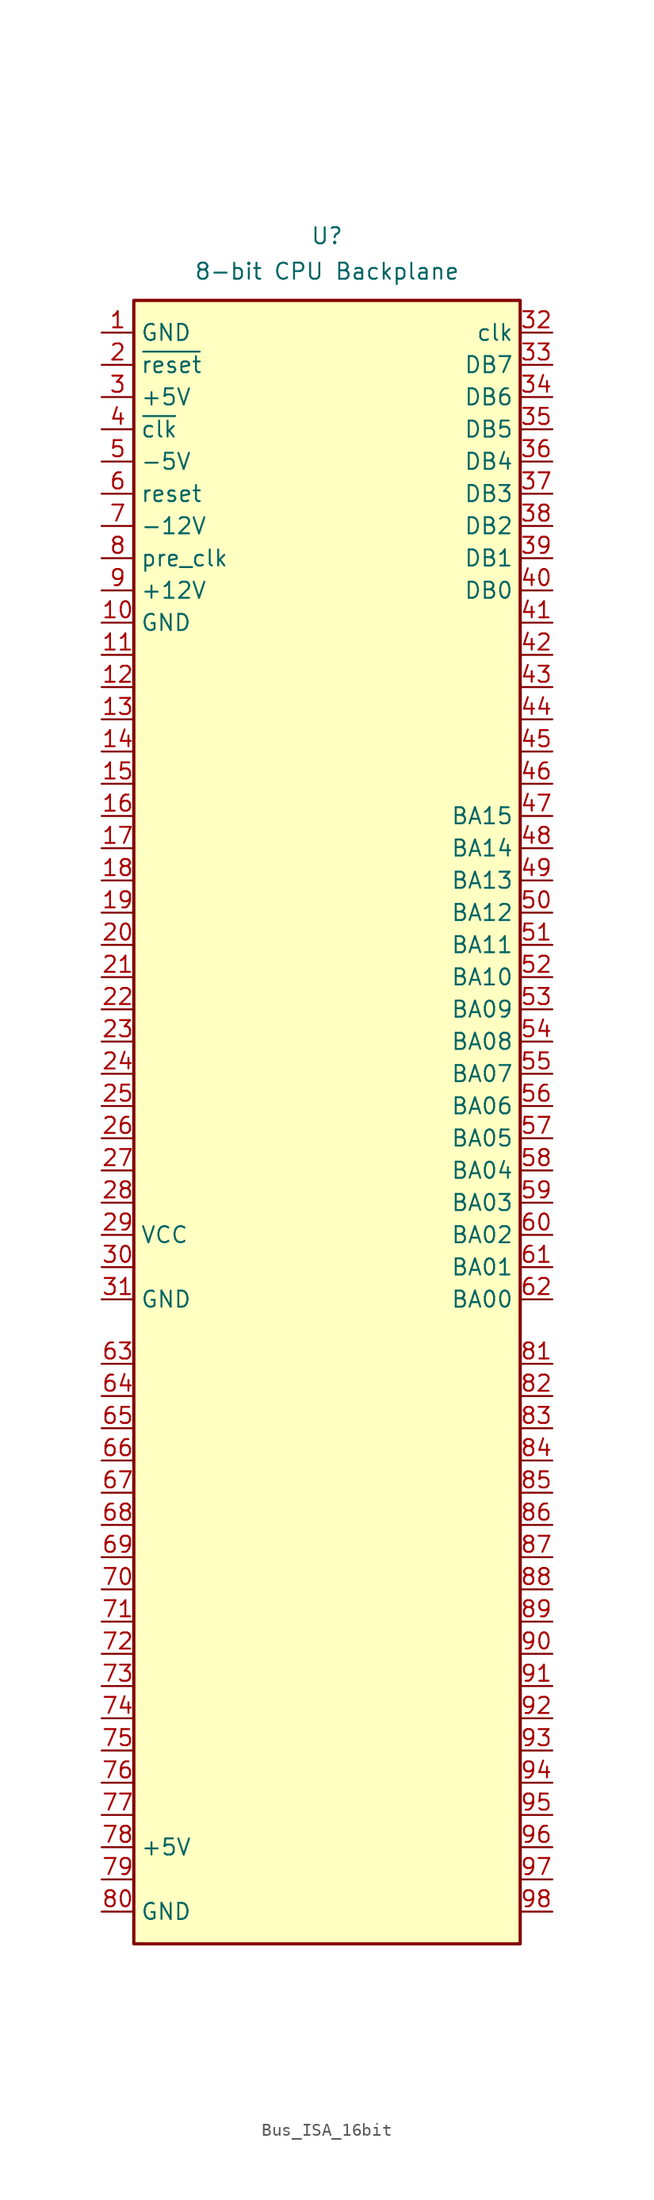
<source format=kicad_sym>
(kicad_symbol_lib
  (version 20241209)
  (generator "kicad_symbol_editor")
  (generator_version "9.0")
  (symbol "Bus_ISA_16bit"
    (property "Reference" "U"
      (at 0 0 0)
      (effects (font (size 1.27 1.27))))
    (property "Value" "8-bit CPU Backplane"
      (at 0 -2.794 0)
      (effects (font (size 1.27 1.27))))
    (symbol "Bus_ISA_16bit_0_1"
      (rectangle (start -15.24 -5.08) (end 15.24 -134.62) (stroke (width 0.254) (type default)) (fill (type background))))
    (symbol "Bus_ISA_16bit_1_1"
      (pin power_in line (at -17.78 -7.62 0) (length 2.54) (name "GND" (effects (font (size 1.27 1.27)))) (number "1" (effects (font (size 1.27 1.27)))))
      (pin passive line (at -17.78 -10.16 0) (length 2.54) (name "~{reset}" (effects (font (size 1.27 1.27)))) (number "2" (effects (font (size 1.27 1.27)))))
      (pin power_in line (at -17.78 -12.7 0) (length 2.54) (name "+5V" (effects (font (size 1.27 1.27)))) (number "3" (effects (font (size 1.27 1.27)))))
      (pin passive line (at -17.78 -15.24 0) (length 2.54) (name "~{clk}" (effects (font (size 1.27 1.27)))) (number "4" (effects (font (size 1.27 1.27)))))
      (pin power_in line (at -17.78 -17.78 0) (length 2.54) (name "-5V" (effects (font (size 1.27 1.27)))) (number "5" (effects (font (size 1.27 1.27)))))
      (pin passive line (at -17.78 -20.32 0) (length 2.54) (name "reset" (effects (font (size 1.27 1.27)))) (number "6" (effects (font (size 1.27 1.27)))))
      (pin power_in line (at -17.78 -22.86 0) (length 2.54) (name "-12V" (effects (font (size 1.27 1.27)))) (number "7" (effects (font (size 1.27 1.27)))))
      (pin passive line (at -17.78 -25.4 0) (length 2.54) (name "pre_clk" (effects (font (size 1.27 1.27)))) (number "8" (effects (font (size 1.27 1.27)))))
      (pin power_in line (at -17.78 -27.94 0) (length 2.54) (name "+12V" (effects (font (size 1.27 1.27)))) (number "9" (effects (font (size 1.27 1.27)))))
      (pin power_in line (at -17.78 -30.48 0) (length 2.54) (name "GND" (effects (font (size 1.27 1.27)))) (number "10" (effects (font (size 1.27 1.27)))))
      (pin passive line (at -17.78 -33.02 0) (length 2.54) (name "" (effects (font (size 1.27 1.27)))) (number "11" (effects (font (size 1.27 1.27)))))
      (pin passive line (at -17.78 -35.56 0) (length 2.54) (name "" (effects (font (size 1.27 1.27)))) (number "12" (effects (font (size 1.27 1.27)))))
      (pin passive line (at -17.78 -38.1 0) (length 2.54) (name "" (effects (font (size 1.27 1.27)))) (number "13" (effects (font (size 1.27 1.27)))))
      (pin passive line (at -17.78 -40.64 0) (length 2.54) (name "" (effects (font (size 1.27 1.27)))) (number "14" (effects (font (size 1.27 1.27)))))
      (pin passive line (at -17.78 -43.18 0) (length 2.54) (name "" (effects (font (size 1.27 1.27)))) (number "15" (effects (font (size 1.27 1.27)))))
      (pin passive line (at -17.78 -45.72 0) (length 2.54) (name "" (effects (font (size 1.27 1.27)))) (number "16" (effects (font (size 1.27 1.27)))))
      (pin passive line (at -17.78 -48.26 0) (length 2.54) (name "" (effects (font (size 1.27 1.27)))) (number "17" (effects (font (size 1.27 1.27)))))
      (pin passive line (at -17.78 -50.8 0) (length 2.54) (name "" (effects (font (size 1.27 1.27)))) (number "18" (effects (font (size 1.27 1.27)))))
      (pin passive line (at -17.78 -53.34 0) (length 2.54) (name "" (effects (font (size 1.27 1.27)))) (number "19" (effects (font (size 1.27 1.27)))))
      (pin passive line (at -17.78 -55.88 0) (length 2.54) (name "" (effects (font (size 1.27 1.27)))) (number "20" (effects (font (size 1.27 1.27)))))
      (pin passive line (at -17.78 -58.42 0) (length 2.54) (name "" (effects (font (size 1.27 1.27)))) (number "21" (effects (font (size 1.27 1.27)))))
      (pin passive line (at -17.78 -60.96 0) (length 2.54) (name "" (effects (font (size 1.27 1.27)))) (number "22" (effects (font (size 1.27 1.27)))))
      (pin passive line (at -17.78 -63.5 0) (length 2.54) (name "" (effects (font (size 1.27 1.27)))) (number "23" (effects (font (size 1.27 1.27)))))
      (pin passive line (at -17.78 -66.04 0) (length 2.54) (name "" (effects (font (size 1.27 1.27)))) (number "24" (effects (font (size 1.27 1.27)))))
      (pin passive line (at -17.78 -68.58 0) (length 2.54) (name "" (effects (font (size 1.27 1.27)))) (number "25" (effects (font (size 1.27 1.27)))))
      (pin passive line (at -17.78 -71.12 0) (length 2.54) (name "" (effects (font (size 1.27 1.27)))) (number "26" (effects (font (size 1.27 1.27)))))
      (pin passive line (at -17.78 -73.66 0) (length 2.54) (name "" (effects (font (size 1.27 1.27)))) (number "27" (effects (font (size 1.27 1.27)))))
      (pin passive line (at -17.78 -76.2 0) (length 2.54) (name "" (effects (font (size 1.27 1.27)))) (number "28" (effects (font (size 1.27 1.27)))))
      (pin power_in line (at -17.78 -78.74 0) (length 2.54) (name "VCC" (effects (font (size 1.27 1.27)))) (number "29" (effects (font (size 1.27 1.27)))))
      (pin passive line (at -17.78 -81.28 0) (length 2.54) (name "" (effects (font (size 1.27 1.27)))) (number "30" (effects (font (size 1.27 1.27)))))
      (pin power_in line (at -17.78 -83.82 0) (length 2.54) (name "GND" (effects (font (size 1.27 1.27)))) (number "31" (effects (font (size 1.27 1.27)))))
      (pin passive line (at -17.78 -88.9 0) (length 2.54) (name "" (effects (font (size 1.27 1.27)))) (number "63" (effects (font (size 1.27 1.27)))))
      (pin passive line (at -17.78 -91.44 0) (length 2.54) (name "" (effects (font (size 1.27 1.27)))) (number "64" (effects (font (size 1.27 1.27)))))
      (pin passive line (at -17.78 -93.98 0) (length 2.54) (name "" (effects (font (size 1.27 1.27)))) (number "65" (effects (font (size 1.27 1.27)))))
      (pin passive line (at -17.78 -96.52 0) (length 2.54) (name "" (effects (font (size 1.27 1.27)))) (number "66" (effects (font (size 1.27 1.27)))))
      (pin passive line (at -17.78 -99.06 0) (length 2.54) (name "" (effects (font (size 1.27 1.27)))) (number "67" (effects (font (size 1.27 1.27)))))
      (pin passive line (at -17.78 -101.6 0) (length 2.54) (name "" (effects (font (size 1.27 1.27)))) (number "68" (effects (font (size 1.27 1.27)))))
      (pin passive line (at -17.78 -104.14 0) (length 2.54) (name "" (effects (font (size 1.27 1.27)))) (number "69" (effects (font (size 1.27 1.27)))))
      (pin passive line (at -17.78 -106.68 0) (length 2.54) (name "" (effects (font (size 1.27 1.27)))) (number "70" (effects (font (size 1.27 1.27)))))
      (pin passive line (at -17.78 -109.22 0) (length 2.54) (name "" (effects (font (size 1.27 1.27)))) (number "71" (effects (font (size 1.27 1.27)))))
      (pin passive line (at -17.78 -111.76 0) (length 2.54) (name "" (effects (font (size 1.27 1.27)))) (number "72" (effects (font (size 1.27 1.27)))))
      (pin passive line (at -17.78 -114.3 0) (length 2.54) (name "" (effects (font (size 1.27 1.27)))) (number "73" (effects (font (size 1.27 1.27)))))
      (pin passive line (at -17.78 -116.84 0) (length 2.54) (name "" (effects (font (size 1.27 1.27)))) (number "74" (effects (font (size 1.27 1.27)))))
      (pin passive line (at -17.78 -119.38 0) (length 2.54) (name "" (effects (font (size 1.27 1.27)))) (number "75" (effects (font (size 1.27 1.27)))))
      (pin passive line (at -17.78 -121.92 0) (length 2.54) (name "" (effects (font (size 1.27 1.27)))) (number "76" (effects (font (size 1.27 1.27)))))
      (pin passive line (at -17.78 -124.46 0) (length 2.54) (name "" (effects (font (size 1.27 1.27)))) (number "77" (effects (font (size 1.27 1.27)))))
      (pin power_in line (at -17.78 -127 0) (length 2.54) (name "+5V" (effects (font (size 1.27 1.27)))) (number "78" (effects (font (size 1.27 1.27)))))
      (pin passive line (at -17.78 -129.54 0) (length 2.54) (name "" (effects (font (size 1.27 1.27)))) (number "79" (effects (font (size 1.27 1.27)))))
      (pin power_in line (at -17.78 -132.08 0) (length 2.54) (name "GND" (effects (font (size 1.27 1.27)))) (number "80" (effects (font (size 1.27 1.27)))))
      (pin passive line (at 17.78 -7.62 180) (length 2.54) (name "clk" (effects (font (size 1.27 1.27)))) (number "32" (effects (font (size 1.27 1.27)))))
      (pin tri_state line (at 17.78 -10.16 180) (length 2.54) (name "DB7" (effects (font (size 1.27 1.27)))) (number "33" (effects (font (size 1.27 1.27)))))
      (pin tri_state line (at 17.78 -12.7 180) (length 2.54) (name "DB6" (effects (font (size 1.27 1.27)))) (number "34" (effects (font (size 1.27 1.27)))))
      (pin tri_state line (at 17.78 -15.24 180) (length 2.54) (name "DB5" (effects (font (size 1.27 1.27)))) (number "35" (effects (font (size 1.27 1.27)))))
      (pin tri_state line (at 17.78 -17.78 180) (length 2.54) (name "DB4" (effects (font (size 1.27 1.27)))) (number "36" (effects (font (size 1.27 1.27)))))
      (pin tri_state line (at 17.78 -20.32 180) (length 2.54) (name "DB3" (effects (font (size 1.27 1.27)))) (number "37" (effects (font (size 1.27 1.27)))))
      (pin tri_state line (at 17.78 -22.86 180) (length 2.54) (name "DB2" (effects (font (size 1.27 1.27)))) (number "38" (effects (font (size 1.27 1.27)))))
      (pin tri_state line (at 17.78 -25.4 180) (length 2.54) (name "DB1" (effects (font (size 1.27 1.27)))) (number "39" (effects (font (size 1.27 1.27)))))
      (pin tri_state line (at 17.78 -27.94 180) (length 2.54) (name "DB0" (effects (font (size 1.27 1.27)))) (number "40" (effects (font (size 1.27 1.27)))))
      (pin passive line (at 17.78 -30.48 180) (length 2.54) (name "" (effects (font (size 1.27 1.27)))) (number "41" (effects (font (size 1.27 1.27)))))
      (pin passive line (at 17.78 -33.02 180) (length 2.54) (name "" (effects (font (size 1.27 1.27)))) (number "42" (effects (font (size 1.27 1.27)))))
      (pin passive line (at 17.78 -35.56 180) (length 2.54) (name "" (effects (font (size 1.27 1.27)))) (number "43" (effects (font (size 1.27 1.27)))))
      (pin passive line (at 17.78 -38.1 180) (length 2.54) (name "" (effects (font (size 1.27 1.27)))) (number "44" (effects (font (size 1.27 1.27)))))
      (pin passive line (at 17.78 -40.64 180) (length 2.54) (name "" (effects (font (size 1.27 1.27)))) (number "45" (effects (font (size 1.27 1.27)))))
      (pin passive line (at 17.78 -43.18 180) (length 2.54) (name "" (effects (font (size 1.27 1.27)))) (number "46" (effects (font (size 1.27 1.27)))))
      (pin tri_state line (at 17.78 -45.72 180) (length 2.54) (name "BA15" (effects (font (size 1.27 1.27)))) (number "47" (effects (font (size 1.27 1.27)))))
      (pin tri_state line (at 17.78 -48.26 180) (length 2.54) (name "BA14" (effects (font (size 1.27 1.27)))) (number "48" (effects (font (size 1.27 1.27)))))
      (pin tri_state line (at 17.78 -50.8 180) (length 2.54) (name "BA13" (effects (font (size 1.27 1.27)))) (number "49" (effects (font (size 1.27 1.27)))))
      (pin tri_state line (at 17.78 -53.34 180) (length 2.54) (name "BA12" (effects (font (size 1.27 1.27)))) (number "50" (effects (font (size 1.27 1.27)))))
      (pin tri_state line (at 17.78 -55.88 180) (length 2.54) (name "BA11" (effects (font (size 1.27 1.27)))) (number "51" (effects (font (size 1.27 1.27)))))
      (pin tri_state line (at 17.78 -58.42 180) (length 2.54) (name "BA10" (effects (font (size 1.27 1.27)))) (number "52" (effects (font (size 1.27 1.27)))))
      (pin tri_state line (at 17.78 -60.96 180) (length 2.54) (name "BA09" (effects (font (size 1.27 1.27)))) (number "53" (effects (font (size 1.27 1.27)))))
      (pin tri_state line (at 17.78 -63.5 180) (length 2.54) (name "BA08" (effects (font (size 1.27 1.27)))) (number "54" (effects (font (size 1.27 1.27)))))
      (pin tri_state line (at 17.78 -66.04 180) (length 2.54) (name "BA07" (effects (font (size 1.27 1.27)))) (number "55" (effects (font (size 1.27 1.27)))))
      (pin tri_state line (at 17.78 -68.58 180) (length 2.54) (name "BA06" (effects (font (size 1.27 1.27)))) (number "56" (effects (font (size 1.27 1.27)))))
      (pin tri_state line (at 17.78 -71.12 180) (length 2.54) (name "BA05" (effects (font (size 1.27 1.27)))) (number "57" (effects (font (size 1.27 1.27)))))
      (pin tri_state line (at 17.78 -73.66 180) (length 2.54) (name "BA04" (effects (font (size 1.27 1.27)))) (number "58" (effects (font (size 1.27 1.27)))))
      (pin tri_state line (at 17.78 -76.2 180) (length 2.54) (name "BA03" (effects (font (size 1.27 1.27)))) (number "59" (effects (font (size 1.27 1.27)))))
      (pin tri_state line (at 17.78 -78.74 180) (length 2.54) (name "BA02" (effects (font (size 1.27 1.27)))) (number "60" (effects (font (size 1.27 1.27)))))
      (pin tri_state line (at 17.78 -81.28 180) (length 2.54) (name "BA01" (effects (font (size 1.27 1.27)))) (number "61" (effects (font (size 1.27 1.27)))))
      (pin tri_state line (at 17.78 -83.82 180) (length 2.54) (name "BA00" (effects (font (size 1.27 1.27)))) (number "62" (effects (font (size 1.27 1.27)))))
      (pin passive line (at 17.78 -88.9 180) (length 2.54) (name "" (effects (font (size 1.27 1.27)))) (number "81" (effects (font (size 1.27 1.27)))))
      (pin passive line (at 17.78 -91.44 180) (length 2.54) (name "" (effects (font (size 1.27 1.27)))) (number "82" (effects (font (size 1.27 1.27)))))
      (pin passive line (at 17.78 -93.98 180) (length 2.54) (name "" (effects (font (size 1.27 1.27)))) (number "83" (effects (font (size 1.27 1.27)))))
      (pin passive line (at 17.78 -96.52 180) (length 2.54) (name "" (effects (font (size 1.27 1.27)))) (number "84" (effects (font (size 1.27 1.27)))))
      (pin passive line (at 17.78 -99.06 180) (length 2.54) (name "" (effects (font (size 1.27 1.27)))) (number "85" (effects (font (size 1.27 1.27)))))
      (pin passive line (at 17.78 -101.6 180) (length 2.54) (name "" (effects (font (size 1.27 1.27)))) (number "86" (effects (font (size 1.27 1.27)))))
      (pin passive line (at 17.78 -104.14 180) (length 2.54) (name "" (effects (font (size 1.27 1.27)))) (number "87" (effects (font (size 1.27 1.27)))))
      (pin passive line (at 17.78 -106.68 180) (length 2.54) (name "" (effects (font (size 1.27 1.27)))) (number "88" (effects (font (size 1.27 1.27)))))
      (pin passive line (at 17.78 -109.22 180) (length 2.54) (name "" (effects (font (size 1.27 1.27)))) (number "89" (effects (font (size 1.27 1.27)))))
      (pin passive line (at 17.78 -111.76 180) (length 2.54) (name "" (effects (font (size 1.27 1.27)))) (number "90" (effects (font (size 1.27 1.27)))))
      (pin passive line (at 17.78 -114.3 180) (length 2.54) (name "" (effects (font (size 1.27 1.27)))) (number "91" (effects (font (size 1.27 1.27)))))
      (pin passive line (at 17.78 -116.84 180) (length 2.54) (name "" (effects (font (size 1.27 1.27)))) (number "92" (effects (font (size 1.27 1.27)))))
      (pin passive line (at 17.78 -119.38 180) (length 2.54) (name "" (effects (font (size 1.27 1.27)))) (number "93" (effects (font (size 1.27 1.27)))))
      (pin passive line (at 17.78 -121.92 180) (length 2.54) (name "" (effects (font (size 1.27 1.27)))) (number "94" (effects (font (size 1.27 1.27)))))
      (pin passive line (at 17.78 -124.46 180) (length 2.54) (name "" (effects (font (size 1.27 1.27)))) (number "95" (effects (font (size 1.27 1.27)))))
      (pin passive line (at 17.78 -127 180) (length 2.54) (name "" (effects (font (size 1.27 1.27)))) (number "96" (effects (font (size 1.27 1.27)))))
      (pin passive line (at 17.78 -129.54 180) (length 2.54) (name "" (effects (font (size 1.27 1.27)))) (number "97" (effects (font (size 1.27 1.27)))))
      (pin passive line (at 17.78 -132.08 180) (length 2.54) (name "" (effects (font (size 1.27 1.27)))) (number "98" (effects (font (size 1.27 1.27))))))))
</source>
